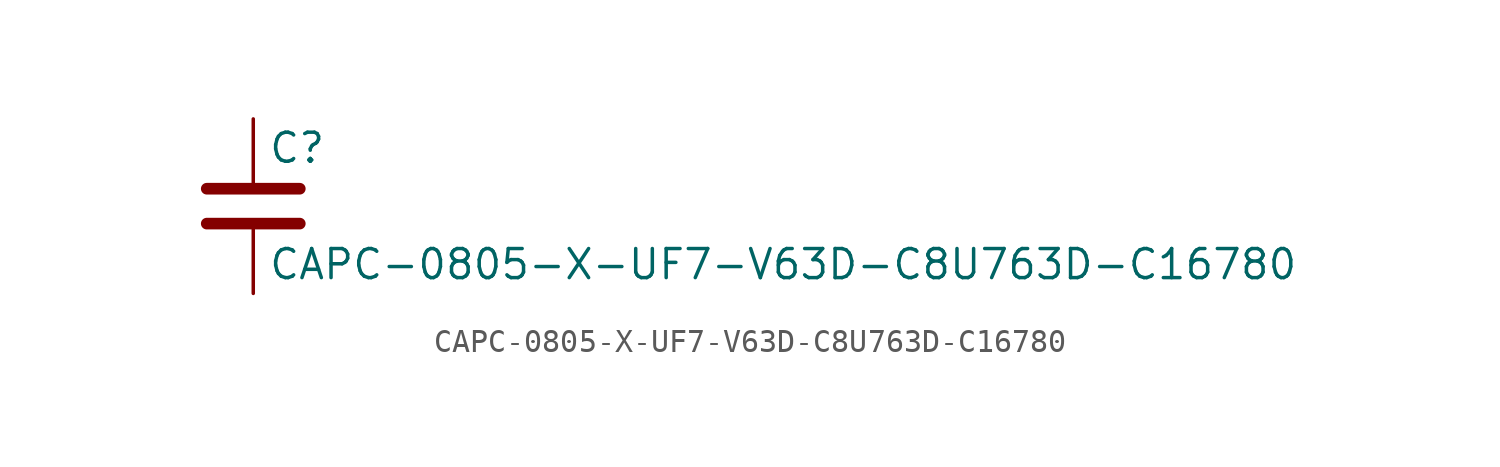
<source format=kicad_sym>
(kicad_symbol_lib
  (version 20211014)
  (generator kicad_symbol_editor)
  (symbol "CAPC-0805-X-UF7-V63D-C8U763D-C16780"
    (pin_numbers hide)
    (pin_names
      (offset 0.254))
    (property "Reference" "C"
      (at 0.635 2.54 0)
      (effects (font (size 1.27 1.27)) (justify left)))
    (property "Value" "CAPC-0805-X-UF7-V63D-C8U763D-C16780"
      (at 0.635 -2.54 0)
      (effects (font (size 1.27 1.27)) (justify left)))
    (symbol "CAPC-0805-X-UF7-V63D-C8U763D-C16780_0_1"
      (polyline (pts (xy -2.032 -0.762) (xy 2.032 -0.762)) (stroke (width 0.508) (type default) (color 0 0 0 0)) (fill (type none)))
      (polyline (pts (xy -2.032 0.762) (xy 2.032 0.762)) (stroke (width 0.508) (type default) (color 0 0 0 0)) (fill (type none))))
    (symbol "CAPC-0805-X-UF7-V63D-C8U763D-C16780_1_1"
      (pin passive line (at 0 3.81 270) (length 2.794) (name "~" (effects (font (size 1.27 1.27)))) (number "1" (effects (font (size 1.27 1.27)))))
      (pin passive line (at 0 -3.81 90) (length 2.794) (name "~" (effects (font (size 1.27 1.27)))) (number "2" (effects (font (size 1.27 1.27))))))))
</source>
